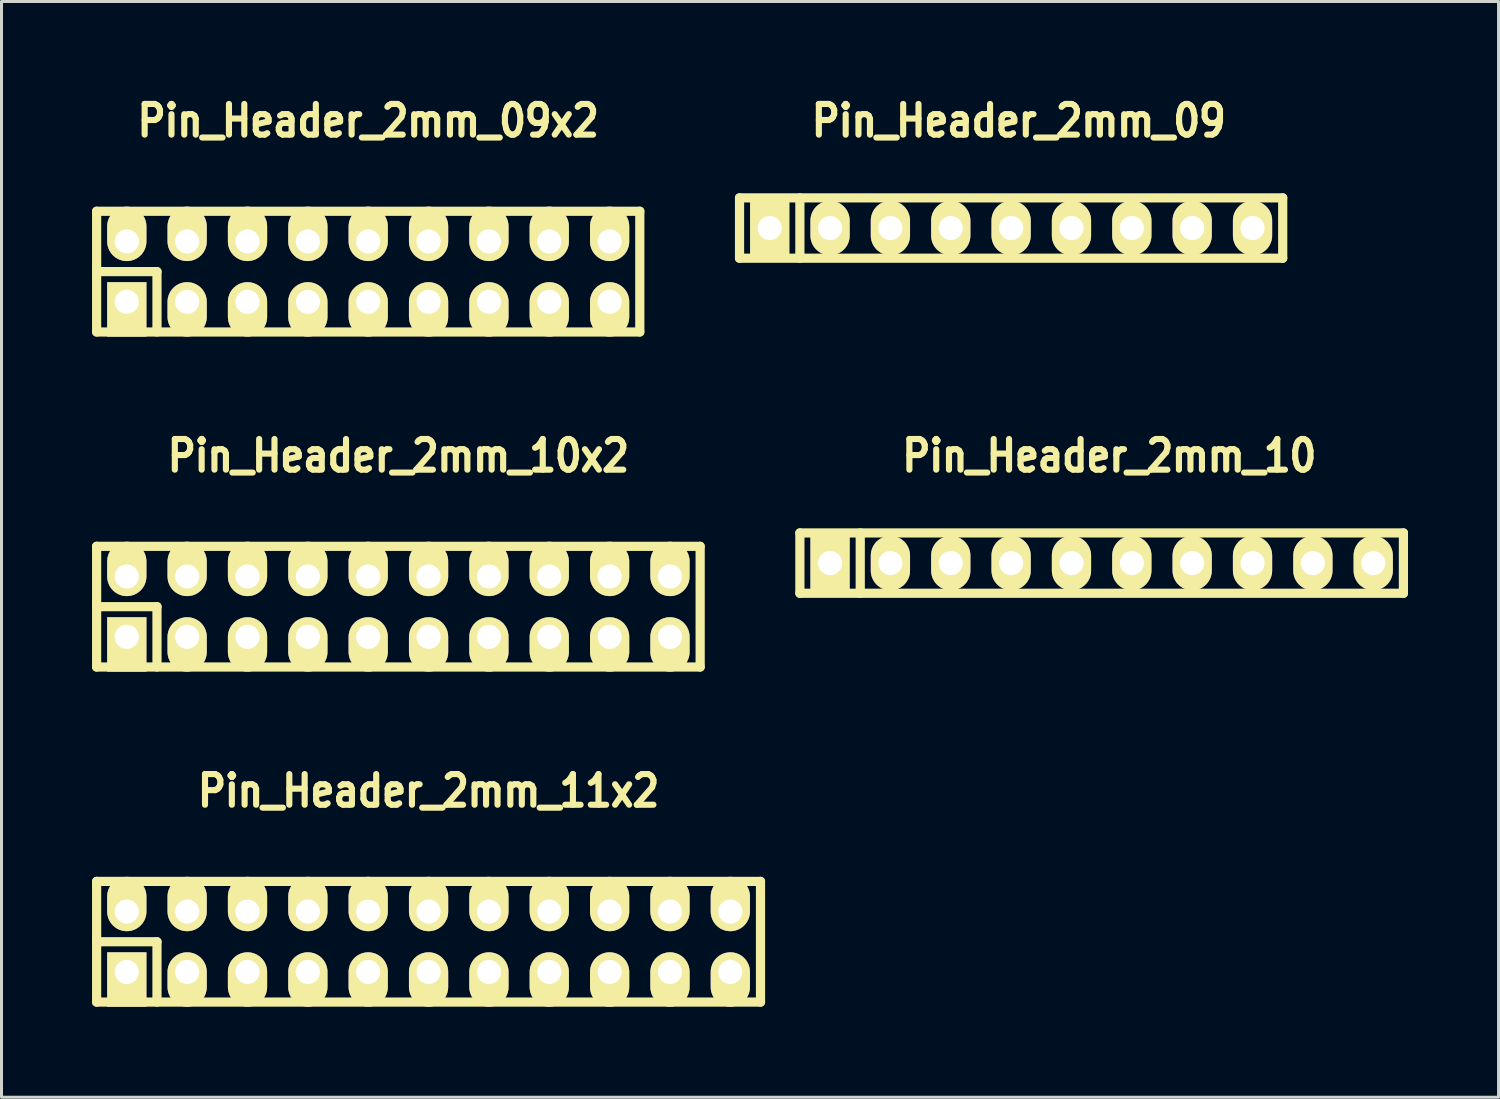
<source format=kicad_pcb>
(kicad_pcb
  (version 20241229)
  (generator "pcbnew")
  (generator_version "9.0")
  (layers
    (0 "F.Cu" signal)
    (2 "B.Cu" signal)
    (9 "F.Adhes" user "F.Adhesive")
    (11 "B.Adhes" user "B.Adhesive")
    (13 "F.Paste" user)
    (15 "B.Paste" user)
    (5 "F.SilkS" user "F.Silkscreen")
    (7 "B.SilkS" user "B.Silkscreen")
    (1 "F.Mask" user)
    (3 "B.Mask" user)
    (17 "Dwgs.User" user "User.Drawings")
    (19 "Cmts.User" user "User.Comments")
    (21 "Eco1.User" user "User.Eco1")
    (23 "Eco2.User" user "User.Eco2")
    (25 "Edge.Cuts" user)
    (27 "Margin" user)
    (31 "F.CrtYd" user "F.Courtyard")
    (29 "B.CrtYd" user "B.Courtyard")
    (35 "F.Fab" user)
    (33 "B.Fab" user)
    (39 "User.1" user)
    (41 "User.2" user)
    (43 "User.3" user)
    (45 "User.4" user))
  (footprint "Pin_Header_2mm_09"
    (layer "F.Cu")
    (at 30.457 4.507)
    (property "Reference" "Pin_Header_2mm_09" (at 0.254 -3.556 0) (layer "F.SilkS") (effects (font (size 1.016 0.889) (thickness 0.203))))
    (attr through_hole)
    (fp_line (start -9 -1) (end 9 -1) (stroke (width 0.305) (type solid)) (layer "F.SilkS"))
    (fp_line (start -9 1) (end -9 -1) (stroke (width 0.305) (type solid)) (layer "F.SilkS"))
    (fp_line (start -7 -1) (end -7 1) (stroke (width 0.305) (type solid)) (layer "F.SilkS"))
    (fp_line (start 9 -1) (end 9 1) (stroke (width 0.305) (type solid)) (layer "F.SilkS"))
    (fp_line (start 9 1) (end -9 1) (stroke (width 0.305) (type solid)) (layer "F.SilkS"))
    (pad "1" thru_hole rect (at -8 0) (size 1.3 1.8) (drill 0.8) (layers "*.Cu" "*.Mask" "F.SilkS"))
    (pad "2" thru_hole oval (at -6 0) (size 1.3 1.8) (drill 0.8) (layers "*.Cu" "*.Mask" "F.SilkS"))
    (pad "3" thru_hole oval (at -4 0) (size 1.3 1.8) (drill 0.8) (layers "*.Cu" "*.Mask" "F.SilkS"))
    (pad "4" thru_hole oval (at -2 0) (size 1.3 1.8) (drill 0.8) (layers "*.Cu" "*.Mask" "F.SilkS"))
    (pad "5" thru_hole oval (at 0 0) (size 1.3 1.8) (drill 0.8) (layers "*.Cu" "*.Mask" "F.SilkS"))
    (pad "6" thru_hole oval (at 2 0) (size 1.3 1.8) (drill 0.8) (layers "*.Cu" "*.Mask" "F.SilkS"))
    (pad "7" thru_hole oval (at 4 0) (size 1.3 1.8) (drill 0.8) (layers "*.Cu" "*.Mask" "F.SilkS"))
    (pad "8" thru_hole oval (at 6 0) (size 1.3 1.8) (drill 0.8) (layers "*.Cu" "*.Mask" "F.SilkS"))
    (pad "9" thru_hole oval (at 8 0) (size 1.3 1.8) (drill 0.8) (layers "*.Cu" "*.Mask" "F.SilkS")))
  (footprint "Pin_Header_2mm_10"
    (layer "F.Cu")
    (at 33.457 15.61)
    (property "Reference" "Pin_Header_2mm_10" (at 0.254 -3.556 0) (layer "F.SilkS") (effects (font (size 1.016 0.889) (thickness 0.203))))
    (attr through_hole)
    (fp_line (start -10 -1) (end 10 -1) (stroke (width 0.305) (type solid)) (layer "F.SilkS"))
    (fp_line (start -10 1) (end -10 -1) (stroke (width 0.305) (type solid)) (layer "F.SilkS"))
    (fp_line (start -8 -1) (end -8 1) (stroke (width 0.305) (type solid)) (layer "F.SilkS"))
    (fp_line (start 10 -1) (end 10 1) (stroke (width 0.305) (type solid)) (layer "F.SilkS"))
    (fp_line (start 10 1) (end -10 1) (stroke (width 0.305) (type solid)) (layer "F.SilkS"))
    (pad "1" thru_hole rect (at -9 0) (size 1.3 1.8) (drill 0.8) (layers "*.Cu" "*.Mask" "F.SilkS"))
    (pad "2" thru_hole oval (at -7 0) (size 1.3 1.8) (drill 0.8) (layers "*.Cu" "*.Mask" "F.SilkS"))
    (pad "3" thru_hole oval (at -5 0) (size 1.3 1.8) (drill 0.8) (layers "*.Cu" "*.Mask" "F.SilkS"))
    (pad "4" thru_hole oval (at -3 0) (size 1.3 1.8) (drill 0.8) (layers "*.Cu" "*.Mask" "F.SilkS"))
    (pad "5" thru_hole oval (at -1 0) (size 1.3 1.8) (drill 0.8) (layers "*.Cu" "*.Mask" "F.SilkS"))
    (pad "6" thru_hole oval (at 1 0) (size 1.3 1.8) (drill 0.8) (layers "*.Cu" "*.Mask" "F.SilkS"))
    (pad "7" thru_hole oval (at 3 0) (size 1.3 1.8) (drill 0.8) (layers "*.Cu" "*.Mask" "F.SilkS"))
    (pad "8" thru_hole oval (at 5 0) (size 1.3 1.8) (drill 0.8) (layers "*.Cu" "*.Mask" "F.SilkS"))
    (pad "9" thru_hole oval (at 7 0) (size 1.3 1.8) (drill 0.8) (layers "*.Cu" "*.Mask" "F.SilkS"))
    (pad "10" thru_hole oval (at 9 0) (size 1.3 1.8) (drill 0.8) (layers "*.Cu" "*.Mask" "F.SilkS")))
  (footprint "Pin_Header_2mm_11x2"
    (layer "F.Cu")
    (at 11.152 28.158)
    (property "Reference" "Pin_Header_2mm_11x2" (at 0 -5 0) (layer "F.SilkS") (effects (font (size 1.016 0.889) (thickness 0.203))))
    (attr through_hole)
    (fp_line (start -11 -2) (end 11 -2) (stroke (width 0.305) (type solid)) (layer "F.SilkS"))
    (fp_line (start -11 0) (end -9 0) (stroke (width 0.305) (type solid)) (layer "F.SilkS"))
    (fp_line (start -11 2) (end -11 -2) (stroke (width 0.305) (type solid)) (layer "F.SilkS"))
    (fp_line (start -9 0) (end -9 2) (stroke (width 0.305) (type solid)) (layer "F.SilkS"))
    (fp_line (start 11 -2) (end 11 2) (stroke (width 0.305) (type solid)) (layer "F.SilkS"))
    (fp_line (start 11 2) (end -11 2) (stroke (width 0.305) (type solid)) (layer "F.SilkS"))
    (pad "1" thru_hole rect (at -10 1) (size 1.3 1.8) (drill 0.8 (offset 0 0.25)) (layers "*.Cu" "*.Mask" "F.SilkS"))
    (pad "2" thru_hole oval (at -10 -1) (size 1.3 1.8) (drill 0.8 (offset 0 -0.25)) (layers "*.Cu" "*.Mask" "F.SilkS"))
    (pad "3" thru_hole oval (at -8 1) (size 1.3 1.8) (drill 0.8 (offset 0 0.25)) (layers "*.Cu" "*.Mask" "F.SilkS"))
    (pad "4" thru_hole oval (at -8 -1) (size 1.3 1.8) (drill 0.8 (offset 0 -0.25)) (layers "*.Cu" "*.Mask" "F.SilkS"))
    (pad "5" thru_hole oval (at -6 1) (size 1.3 1.8) (drill 0.8 (offset 0 0.25)) (layers "*.Cu" "*.Mask" "F.SilkS"))
    (pad "6" thru_hole oval (at -6 -1) (size 1.3 1.8) (drill 0.8 (offset 0 -0.25)) (layers "*.Cu" "*.Mask" "F.SilkS"))
    (pad "7" thru_hole oval (at -4 1) (size 1.3 1.8) (drill 0.8 (offset 0 0.25)) (layers "*.Cu" "*.Mask" "F.SilkS"))
    (pad "8" thru_hole oval (at -4 -1) (size 1.3 1.8) (drill 0.8 (offset 0 -0.25)) (layers "*.Cu" "*.Mask" "F.SilkS"))
    (pad "9" thru_hole oval (at -2 1) (size 1.3 1.8) (drill 0.8 (offset 0 0.25)) (layers "*.Cu" "*.Mask" "F.SilkS"))
    (pad "10" thru_hole oval (at -2 -1) (size 1.3 1.8) (drill 0.8 (offset 0 -0.25)) (layers "*.Cu" "*.Mask" "F.SilkS"))
    (pad "11" thru_hole oval (at 0 1) (size 1.3 1.8) (drill 0.8 (offset 0 0.25)) (layers "*.Cu" "*.Mask" "F.SilkS"))
    (pad "12" thru_hole oval (at 0 -1) (size 1.3 1.8) (drill 0.8 (offset 0 -0.25)) (layers "*.Cu" "*.Mask" "F.SilkS"))
    (pad "13" thru_hole oval (at 2 1) (size 1.3 1.8) (drill 0.8 (offset 0 0.25)) (layers "*.Cu" "*.Mask" "F.SilkS"))
    (pad "14" thru_hole oval (at 2 -1) (size 1.3 1.8) (drill 0.8 (offset 0 -0.25)) (layers "*.Cu" "*.Mask" "F.SilkS"))
    (pad "15" thru_hole oval (at 4 1) (size 1.3 1.8) (drill 0.8 (offset 0 0.25)) (layers "*.Cu" "*.Mask" "F.SilkS"))
    (pad "16" thru_hole oval (at 4 -1) (size 1.3 1.8) (drill 0.8 (offset 0 -0.25)) (layers "*.Cu" "*.Mask" "F.SilkS"))
    (pad "17" thru_hole oval (at 6 1) (size 1.3 1.8) (drill 0.8 (offset 0 0.25)) (layers "*.Cu" "*.Mask" "F.SilkS"))
    (pad "18" thru_hole oval (at 6 -1) (size 1.3 1.8) (drill 0.8 (offset 0 -0.25)) (layers "*.Cu" "*.Mask" "F.SilkS"))
    (pad "19" thru_hole oval (at 8 1) (size 1.3 1.8) (drill 0.8 (offset 0 0.25)) (layers "*.Cu" "*.Mask" "F.SilkS"))
    (pad "20" thru_hole oval (at 8 -1) (size 1.3 1.8) (drill 0.8 (offset 0 -0.25)) (layers "*.Cu" "*.Mask" "F.SilkS"))
    (pad "21" thru_hole oval (at 10 1) (size 1.3 1.8) (drill 0.8 (offset 0 0.25)) (layers "*.Cu" "*.Mask" "F.SilkS"))
    (pad "22" thru_hole oval (at 10 -1) (size 1.3 1.8) (drill 0.8 (offset 0 -0.25)) (layers "*.Cu" "*.Mask" "F.SilkS")))
  (footprint "Pin_Header_2mm_09x2"
    (layer "F.Cu")
    (at 9.152 5.951)
    (property "Reference" "Pin_Header_2mm_09x2" (at 0 -5 0) (layer "F.SilkS") (effects (font (size 1.016 0.889) (thickness 0.203))))
    (attr through_hole)
    (fp_line (start -9 -2) (end 9 -2) (stroke (width 0.305) (type solid)) (layer "F.SilkS"))
    (fp_line (start -9 0) (end -7 0) (stroke (width 0.305) (type solid)) (layer "F.SilkS"))
    (fp_line (start -9 2) (end -9 -2) (stroke (width 0.305) (type solid)) (layer "F.SilkS"))
    (fp_line (start -7 0) (end -7 2) (stroke (width 0.305) (type solid)) (layer "F.SilkS"))
    (fp_line (start 9 -2) (end 9 2) (stroke (width 0.305) (type solid)) (layer "F.SilkS"))
    (fp_line (start 9 2) (end -9 2) (stroke (width 0.305) (type solid)) (layer "F.SilkS"))
    (pad "1" thru_hole rect (at -8 1) (size 1.3 1.8) (drill 0.8 (offset 0 0.25)) (layers "*.Cu" "*.Mask" "F.SilkS"))
    (pad "2" thru_hole oval (at -8 -1) (size 1.3 1.8) (drill 0.8 (offset 0 -0.25)) (layers "*.Cu" "*.Mask" "F.SilkS"))
    (pad "3" thru_hole oval (at -6 1) (size 1.3 1.8) (drill 0.8 (offset 0 0.25)) (layers "*.Cu" "*.Mask" "F.SilkS"))
    (pad "4" thru_hole oval (at -6 -1) (size 1.3 1.8) (drill 0.8 (offset 0 -0.25)) (layers "*.Cu" "*.Mask" "F.SilkS"))
    (pad "5" thru_hole oval (at -4 1) (size 1.3 1.8) (drill 0.8 (offset 0 0.25)) (layers "*.Cu" "*.Mask" "F.SilkS"))
    (pad "6" thru_hole oval (at -4 -1) (size 1.3 1.8) (drill 0.8 (offset 0 -0.25)) (layers "*.Cu" "*.Mask" "F.SilkS"))
    (pad "7" thru_hole oval (at -2 1) (size 1.3 1.8) (drill 0.8 (offset 0 0.25)) (layers "*.Cu" "*.Mask" "F.SilkS"))
    (pad "8" thru_hole oval (at -2 -1) (size 1.3 1.8) (drill 0.8 (offset 0 -0.25)) (layers "*.Cu" "*.Mask" "F.SilkS"))
    (pad "9" thru_hole oval (at 0 1) (size 1.3 1.8) (drill 0.8 (offset 0 0.25)) (layers "*.Cu" "*.Mask" "F.SilkS"))
    (pad "10" thru_hole oval (at 0 -1) (size 1.3 1.8) (drill 0.8 (offset 0 -0.25)) (layers "*.Cu" "*.Mask" "F.SilkS"))
    (pad "11" thru_hole oval (at 2 1) (size 1.3 1.8) (drill 0.8 (offset 0 0.25)) (layers "*.Cu" "*.Mask" "F.SilkS"))
    (pad "12" thru_hole oval (at 2 -1) (size 1.3 1.8) (drill 0.8 (offset 0 -0.25)) (layers "*.Cu" "*.Mask" "F.SilkS"))
    (pad "13" thru_hole oval (at 4 1) (size 1.3 1.8) (drill 0.8 (offset 0 0.25)) (layers "*.Cu" "*.Mask" "F.SilkS"))
    (pad "14" thru_hole oval (at 4 -1) (size 1.3 1.8) (drill 0.8 (offset 0 -0.25)) (layers "*.Cu" "*.Mask" "F.SilkS"))
    (pad "15" thru_hole oval (at 6 1) (size 1.3 1.8) (drill 0.8 (offset 0 0.25)) (layers "*.Cu" "*.Mask" "F.SilkS"))
    (pad "16" thru_hole oval (at 6 -1) (size 1.3 1.8) (drill 0.8 (offset 0 -0.25)) (layers "*.Cu" "*.Mask" "F.SilkS"))
    (pad "17" thru_hole oval (at 8 1) (size 1.3 1.8) (drill 0.8 (offset 0 0.25)) (layers "*.Cu" "*.Mask" "F.SilkS"))
    (pad "18" thru_hole oval (at 8 -1) (size 1.3 1.8) (drill 0.8 (offset 0 -0.25)) (layers "*.Cu" "*.Mask" "F.SilkS")))
  (footprint "Pin_Header_2mm_10x2"
    (layer "F.Cu")
    (at 10.152 17.054)
    (property "Reference" "Pin_Header_2mm_10x2" (at 0 -5 0) (layer "F.SilkS") (effects (font (size 1.016 0.889) (thickness 0.203))))
    (attr through_hole)
    (fp_line (start -10 -2) (end 10 -2) (stroke (width 0.305) (type solid)) (layer "F.SilkS"))
    (fp_line (start -10 0) (end -8 0) (stroke (width 0.305) (type solid)) (layer "F.SilkS"))
    (fp_line (start -10 2) (end -10 -2) (stroke (width 0.305) (type solid)) (layer "F.SilkS"))
    (fp_line (start -8 0) (end -8 2) (stroke (width 0.305) (type solid)) (layer "F.SilkS"))
    (fp_line (start 10 -2) (end 10 2) (stroke (width 0.305) (type solid)) (layer "F.SilkS"))
    (fp_line (start 10 2) (end -10 2) (stroke (width 0.305) (type solid)) (layer "F.SilkS"))
    (pad "1" thru_hole rect (at -9 1) (size 1.3 1.8) (drill 0.8 (offset 0 0.25)) (layers "*.Cu" "*.Mask" "F.SilkS"))
    (pad "2" thru_hole oval (at -9 -1) (size 1.3 1.8) (drill 0.8 (offset 0 -0.25)) (layers "*.Cu" "*.Mask" "F.SilkS"))
    (pad "3" thru_hole oval (at -7 1) (size 1.3 1.8) (drill 0.8 (offset 0 0.25)) (layers "*.Cu" "*.Mask" "F.SilkS"))
    (pad "4" thru_hole oval (at -7 -1) (size 1.3 1.8) (drill 0.8 (offset 0 -0.25)) (layers "*.Cu" "*.Mask" "F.SilkS"))
    (pad "5" thru_hole oval (at -5 1) (size 1.3 1.8) (drill 0.8 (offset 0 0.25)) (layers "*.Cu" "*.Mask" "F.SilkS"))
    (pad "6" thru_hole oval (at -5 -1) (size 1.3 1.8) (drill 0.8 (offset 0 -0.25)) (layers "*.Cu" "*.Mask" "F.SilkS"))
    (pad "7" thru_hole oval (at -3 1) (size 1.3 1.8) (drill 0.8 (offset 0 0.25)) (layers "*.Cu" "*.Mask" "F.SilkS"))
    (pad "8" thru_hole oval (at -3 -1) (size 1.3 1.8) (drill 0.8 (offset 0 -0.25)) (layers "*.Cu" "*.Mask" "F.SilkS"))
    (pad "9" thru_hole oval (at -1 1) (size 1.3 1.8) (drill 0.8 (offset 0 0.25)) (layers "*.Cu" "*.Mask" "F.SilkS"))
    (pad "10" thru_hole oval (at -1 -1) (size 1.3 1.8) (drill 0.8 (offset 0 -0.25)) (layers "*.Cu" "*.Mask" "F.SilkS"))
    (pad "11" thru_hole oval (at 1 1) (size 1.3 1.8) (drill 0.8 (offset 0 0.25)) (layers "*.Cu" "*.Mask" "F.SilkS"))
    (pad "12" thru_hole oval (at 1 -1) (size 1.3 1.8) (drill 0.8 (offset 0 -0.25)) (layers "*.Cu" "*.Mask" "F.SilkS"))
    (pad "13" thru_hole oval (at 3 1) (size 1.3 1.8) (drill 0.8 (offset 0 0.25)) (layers "*.Cu" "*.Mask" "F.SilkS"))
    (pad "14" thru_hole oval (at 3 -1) (size 1.3 1.8) (drill 0.8 (offset 0 -0.25)) (layers "*.Cu" "*.Mask" "F.SilkS"))
    (pad "15" thru_hole oval (at 5 1) (size 1.3 1.8) (drill 0.8 (offset 0 0.25)) (layers "*.Cu" "*.Mask" "F.SilkS"))
    (pad "16" thru_hole oval (at 5 -1) (size 1.3 1.8) (drill 0.8 (offset 0 -0.25)) (layers "*.Cu" "*.Mask" "F.SilkS"))
    (pad "17" thru_hole oval (at 7 1) (size 1.3 1.8) (drill 0.8 (offset 0 0.25)) (layers "*.Cu" "*.Mask" "F.SilkS"))
    (pad "18" thru_hole oval (at 7 -1) (size 1.3 1.8) (drill 0.8 (offset 0 -0.25)) (layers "*.Cu" "*.Mask" "F.SilkS"))
    (pad "19" thru_hole oval (at 9 1) (size 1.3 1.8) (drill 0.8 (offset 0 0.25)) (layers "*.Cu" "*.Mask" "F.SilkS"))
    (pad "20" thru_hole oval (at 9 -1) (size 1.3 1.8) (drill 0.8 (offset 0 -0.25)) (layers "*.Cu" "*.Mask" "F.SilkS")))
  (gr_rect
    (start -3 -3)
    (end 46.61 33.31)
    (stroke (width 0.1) (type default))
    (fill no)
    (layer "Edge.Cuts")))
</source>
